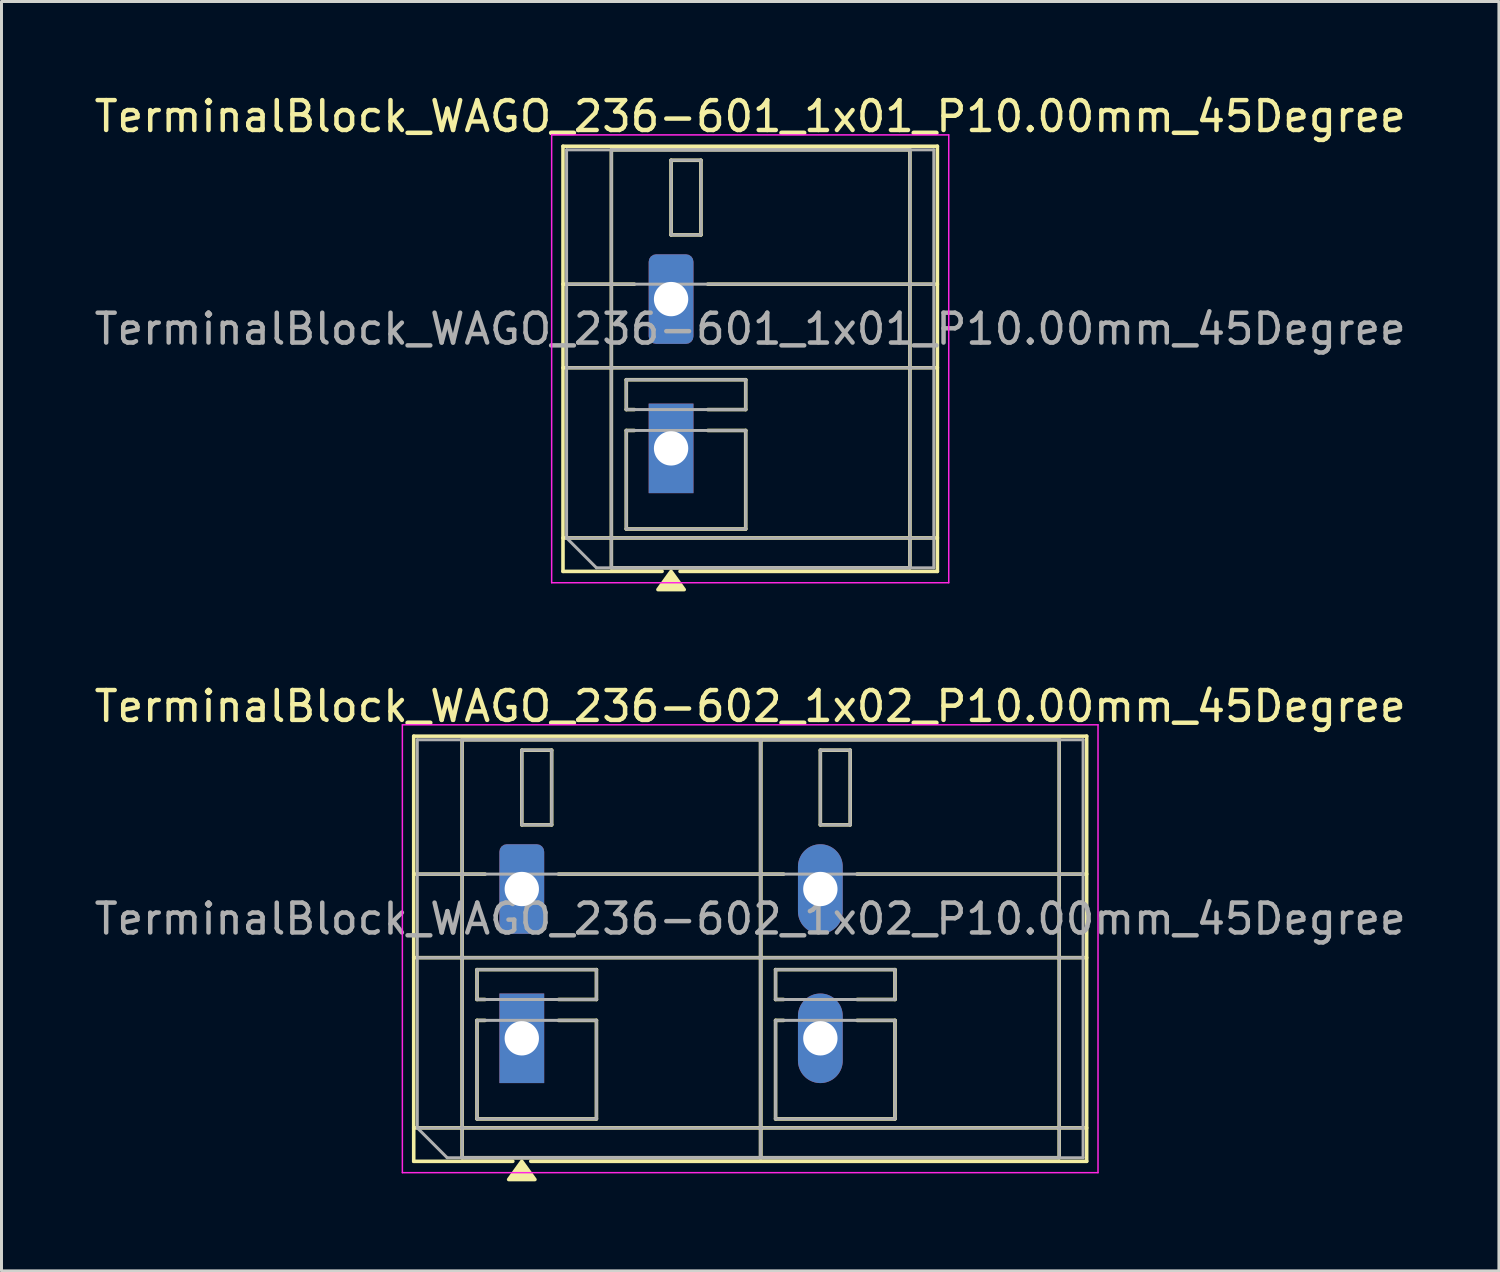
<source format=kicad_pcb>
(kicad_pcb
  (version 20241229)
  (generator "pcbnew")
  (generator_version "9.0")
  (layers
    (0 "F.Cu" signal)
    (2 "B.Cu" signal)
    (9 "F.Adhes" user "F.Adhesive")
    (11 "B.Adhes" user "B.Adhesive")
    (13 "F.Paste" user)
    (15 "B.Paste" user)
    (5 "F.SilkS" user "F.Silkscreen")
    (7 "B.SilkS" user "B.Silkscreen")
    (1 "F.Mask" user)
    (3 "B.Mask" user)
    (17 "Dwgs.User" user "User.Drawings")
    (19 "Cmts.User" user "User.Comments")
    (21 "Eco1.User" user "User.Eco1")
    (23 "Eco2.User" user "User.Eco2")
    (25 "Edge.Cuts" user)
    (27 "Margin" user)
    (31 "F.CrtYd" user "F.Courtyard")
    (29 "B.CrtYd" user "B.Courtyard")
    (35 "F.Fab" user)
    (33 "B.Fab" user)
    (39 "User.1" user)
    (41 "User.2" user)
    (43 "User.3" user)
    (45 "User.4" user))
  (footprint "TerminalBlock_WAGO_236-601_1x01_P10.00mm_45Degree"
    (layer "F.Cu")
    (at 19.427 6.968)
    (property "Reference" "TerminalBlock_WAGO_236-601_1x01_P10.00mm_45Degree" (at 2.65 -6.12 0) (layer "F.SilkS") (effects (font (size 1 1) (thickness 0.15))))
    (attr through_hole)
    (fp_line (start -3.62 -5.12) (end 8.92 -5.12) (stroke (width 0.12) (type solid)) (layer "F.SilkS"))
    (fp_line (start -3.62 -0.5) (end -1.23 -0.5) (stroke (width 0.12) (type solid)) (layer "F.SilkS"))
    (fp_line (start -3.62 2.3) (end 8.92 2.3) (stroke (width 0.12) (type solid)) (layer "F.SilkS"))
    (fp_line (start -3.62 8) (end 8.92 8) (stroke (width 0.12) (type solid)) (layer "F.SilkS"))
    (fp_line (start -3.62 9.12) (end -3.62 -5.12) (stroke (width 0.12) (type solid)) (layer "F.SilkS"))
    (fp_line (start -2 -5) (end 8 -5) (stroke (width 0.12) (type solid)) (layer "F.SilkS"))
    (fp_line (start -2 9) (end -2 -5) (stroke (width 0.12) (type solid)) (layer "F.SilkS"))
    (fp_line (start -1.5 2.7) (end 2.5 2.7) (stroke (width 0.12) (type solid)) (layer "F.SilkS"))
    (fp_line (start -1.5 3.7) (end -1.5 2.7) (stroke (width 0.12) (type solid)) (layer "F.SilkS"))
    (fp_line (start -1.5 4.4) (end -1.23 4.4) (stroke (width 0.12) (type solid)) (layer "F.SilkS"))
    (fp_line (start -1.5 7.7) (end -1.5 4.4) (stroke (width 0.12) (type solid)) (layer "F.SilkS"))
    (fp_line (start -1.23 3.7) (end -1.5 3.7) (stroke (width 0.12) (type solid)) (layer "F.SilkS"))
    (fp_line (start -0.3 9.12) (end -3.62 9.12) (stroke (width 0.12) (type solid)) (layer "F.SilkS"))
    (fp_line (start 0 -4.65) (end 1 -4.65) (stroke (width 0.12) (type solid)) (layer "F.SilkS"))
    (fp_line (start 0 -2.15) (end 0 -4.65) (stroke (width 0.12) (type solid)) (layer "F.SilkS"))
    (fp_line (start 1 -4.65) (end 1 -2.15) (stroke (width 0.12) (type solid)) (layer "F.SilkS"))
    (fp_line (start 1 -2.15) (end 0 -2.15) (stroke (width 0.12) (type solid)) (layer "F.SilkS"))
    (fp_line (start 1.23 -0.5) (end 8.92 -0.5) (stroke (width 0.12) (type solid)) (layer "F.SilkS"))
    (fp_line (start 1.23 4.4) (end 2.5 4.4) (stroke (width 0.12) (type solid)) (layer "F.SilkS"))
    (fp_line (start 2.5 2.7) (end 2.5 3.7) (stroke (width 0.12) (type solid)) (layer "F.SilkS"))
    (fp_line (start 2.5 3.7) (end 1.23 3.7) (stroke (width 0.12) (type solid)) (layer "F.SilkS"))
    (fp_line (start 2.5 4.4) (end 2.5 7.7) (stroke (width 0.12) (type solid)) (layer "F.SilkS"))
    (fp_line (start 2.5 7.7) (end -1.5 7.7) (stroke (width 0.12) (type solid)) (layer "F.SilkS"))
    (fp_line (start 8 -5) (end 8 9) (stroke (width 0.12) (type solid)) (layer "F.SilkS"))
    (fp_line (start 8 9) (end -2 9) (stroke (width 0.12) (type solid)) (layer "F.SilkS"))
    (fp_line (start 8.92 -5.12) (end 8.92 9.12) (stroke (width 0.12) (type solid)) (layer "F.SilkS"))
    (fp_line (start 8.92 9.12) (end 0.3 9.12) (stroke (width 0.12) (type solid)) (layer "F.SilkS"))
    (fp_poly (pts (xy 0 9.12) (xy 0.44 9.73) (xy -0.44 9.73)) (stroke (width 0.12) (type solid)) (fill yes) (layer "F.SilkS"))
    (fp_line (start -4 -5.5) (end -4 9.5) (stroke (width 0.05) (type solid)) (layer "F.CrtYd"))
    (fp_line (start -4 9.5) (end 9.3 9.5) (stroke (width 0.05) (type solid)) (layer "F.CrtYd"))
    (fp_line (start 9.3 -5.5) (end -4 -5.5) (stroke (width 0.05) (type solid)) (layer "F.CrtYd"))
    (fp_line (start 9.3 9.5) (end 9.3 -5.5) (stroke (width 0.05) (type solid)) (layer "F.CrtYd"))
    (fp_line (start -3.5 -5) (end 8.8 -5) (stroke (width 0.1) (type solid)) (layer "F.Fab"))
    (fp_line (start -3.5 -0.5) (end 8.8 -0.5) (stroke (width 0.1) (type solid)) (layer "F.Fab"))
    (fp_line (start -3.5 2.3) (end 8.8 2.3) (stroke (width 0.1) (type solid)) (layer "F.Fab"))
    (fp_line (start -3.5 8) (end -3.5 -5) (stroke (width 0.1) (type solid)) (layer "F.Fab"))
    (fp_line (start -3.5 8) (end 8.8 8) (stroke (width 0.1) (type solid)) (layer "F.Fab"))
    (fp_line (start -2.5 9) (end -3.5 8) (stroke (width 0.1) (type solid)) (layer "F.Fab"))
    (fp_line (start -2 -5) (end -2 9) (stroke (width 0.1) (type solid)) (layer "F.Fab"))
    (fp_line (start -2 9) (end 8 9) (stroke (width 0.1) (type solid)) (layer "F.Fab"))
    (fp_line (start -1.5 2.7) (end -1.5 3.7) (stroke (width 0.1) (type solid)) (layer "F.Fab"))
    (fp_line (start -1.5 3.7) (end 2.5 3.7) (stroke (width 0.1) (type solid)) (layer "F.Fab"))
    (fp_line (start -1.5 4.4) (end -1.5 7.7) (stroke (width 0.1) (type solid)) (layer "F.Fab"))
    (fp_line (start -1.5 7.7) (end 2.5 7.7) (stroke (width 0.1) (type solid)) (layer "F.Fab"))
    (fp_line (start 0 -4.65) (end 0 -2.15) (stroke (width 0.1) (type solid)) (layer "F.Fab"))
    (fp_line (start 0 -2.15) (end 1 -2.15) (stroke (width 0.1) (type solid)) (layer "F.Fab"))
    (fp_line (start 1 -4.65) (end 0 -4.65) (stroke (width 0.1) (type solid)) (layer "F.Fab"))
    (fp_line (start 1 -2.15) (end 1 -4.65) (stroke (width 0.1) (type solid)) (layer "F.Fab"))
    (fp_line (start 2.5 2.7) (end -1.5 2.7) (stroke (width 0.1) (type solid)) (layer "F.Fab"))
    (fp_line (start 2.5 3.7) (end 2.5 2.7) (stroke (width 0.1) (type solid)) (layer "F.Fab"))
    (fp_line (start 2.5 4.4) (end -1.5 4.4) (stroke (width 0.1) (type solid)) (layer "F.Fab"))
    (fp_line (start 2.5 7.7) (end 2.5 4.4) (stroke (width 0.1) (type solid)) (layer "F.Fab"))
    (fp_line (start 8 -5) (end -2 -5) (stroke (width 0.1) (type solid)) (layer "F.Fab"))
    (fp_line (start 8 9) (end 8 -5) (stroke (width 0.1) (type solid)) (layer "F.Fab"))
    (fp_line (start 8.8 -5) (end 8.8 9) (stroke (width 0.1) (type solid)) (layer "F.Fab"))
    (fp_line (start 8.8 9) (end -2.5 9) (stroke (width 0.1) (type solid)) (layer "F.Fab"))
    (fp_text user "${REFERENCE}" (at 2.65 1 0) (layer "F.Fab") (effects (font (size 1 1) (thickness 0.15))))
    (pad "1" thru_hole roundrect (at 0 0) (size 1.5 3) (drill 1.15) (layers "*.Cu" "*.Mask") (roundrect_rratio 0.167))
    (pad "1" thru_hole rect (at 0 5) (size 1.5 3) (drill 1.15) (layers "*.Cu" "*.Mask")))
  (footprint "TerminalBlock_WAGO_236-602_1x02_P10.00mm_45Degree"
    (layer "F.Cu")
    (at 14.427 26.727)
    (property "Reference" "TerminalBlock_WAGO_236-602_1x02_P10.00mm_45Degree" (at 7.65 -6.12 0) (layer "F.SilkS") (effects (font (size 1 1) (thickness 0.15))))
    (attr through_hole)
    (fp_line (start -3.62 -5.12) (end 18.92 -5.12) (stroke (width 0.12) (type solid)) (layer "F.SilkS"))
    (fp_line (start -3.62 -0.5) (end -1.23 -0.5) (stroke (width 0.12) (type solid)) (layer "F.SilkS"))
    (fp_line (start -3.62 2.3) (end 18.92 2.3) (stroke (width 0.12) (type solid)) (layer "F.SilkS"))
    (fp_line (start -3.62 8) (end 18.92 8) (stroke (width 0.12) (type solid)) (layer "F.SilkS"))
    (fp_line (start -3.62 9.12) (end -3.62 -5.12) (stroke (width 0.12) (type solid)) (layer "F.SilkS"))
    (fp_line (start -2 -5) (end 8 -5) (stroke (width 0.12) (type solid)) (layer "F.SilkS"))
    (fp_line (start -2 9) (end -2 -5) (stroke (width 0.12) (type solid)) (layer "F.SilkS"))
    (fp_line (start -1.5 2.7) (end 2.5 2.7) (stroke (width 0.12) (type solid)) (layer "F.SilkS"))
    (fp_line (start -1.5 3.7) (end -1.5 2.7) (stroke (width 0.12) (type solid)) (layer "F.SilkS"))
    (fp_line (start -1.5 4.4) (end -1.23 4.4) (stroke (width 0.12) (type solid)) (layer "F.SilkS"))
    (fp_line (start -1.5 7.7) (end -1.5 4.4) (stroke (width 0.12) (type solid)) (layer "F.SilkS"))
    (fp_line (start -1.23 3.7) (end -1.5 3.7) (stroke (width 0.12) (type solid)) (layer "F.SilkS"))
    (fp_line (start -0.3 9.12) (end -3.62 9.12) (stroke (width 0.12) (type solid)) (layer "F.SilkS"))
    (fp_line (start 0 -4.65) (end 1 -4.65) (stroke (width 0.12) (type solid)) (layer "F.SilkS"))
    (fp_line (start 0 -2.15) (end 0 -4.65) (stroke (width 0.12) (type solid)) (layer "F.SilkS"))
    (fp_line (start 1 -4.65) (end 1 -2.15) (stroke (width 0.12) (type solid)) (layer "F.SilkS"))
    (fp_line (start 1 -2.15) (end 0 -2.15) (stroke (width 0.12) (type solid)) (layer "F.SilkS"))
    (fp_line (start 1.23 -0.5) (end 8.77 -0.5) (stroke (width 0.12) (type solid)) (layer "F.SilkS"))
    (fp_line (start 1.23 4.4) (end 2.5 4.4) (stroke (width 0.12) (type solid)) (layer "F.SilkS"))
    (fp_line (start 2.5 2.7) (end 2.5 3.7) (stroke (width 0.12) (type solid)) (layer "F.SilkS"))
    (fp_line (start 2.5 3.7) (end 1.23 3.7) (stroke (width 0.12) (type solid)) (layer "F.SilkS"))
    (fp_line (start 2.5 4.4) (end 2.5 7.7) (stroke (width 0.12) (type solid)) (layer "F.SilkS"))
    (fp_line (start 2.5 7.7) (end -1.5 7.7) (stroke (width 0.12) (type solid)) (layer "F.SilkS"))
    (fp_line (start 8 -5) (end 8 9) (stroke (width 0.12) (type solid)) (layer "F.SilkS"))
    (fp_line (start 8 -5) (end 18 -5) (stroke (width 0.12) (type solid)) (layer "F.SilkS"))
    (fp_line (start 8 9) (end -2 9) (stroke (width 0.12) (type solid)) (layer "F.SilkS"))
    (fp_line (start 8 9) (end 8 -5) (stroke (width 0.12) (type solid)) (layer "F.SilkS"))
    (fp_line (start 8.5 2.7) (end 12.5 2.7) (stroke (width 0.12) (type solid)) (layer "F.SilkS"))
    (fp_line (start 8.5 3.7) (end 8.5 2.7) (stroke (width 0.12) (type solid)) (layer "F.SilkS"))
    (fp_line (start 8.5 4.4) (end 8.77 4.4) (stroke (width 0.12) (type solid)) (layer "F.SilkS"))
    (fp_line (start 8.5 7.7) (end 8.5 4.4) (stroke (width 0.12) (type solid)) (layer "F.SilkS"))
    (fp_line (start 8.77 3.7) (end 8.5 3.7) (stroke (width 0.12) (type solid)) (layer "F.SilkS"))
    (fp_line (start 10 -4.65) (end 11 -4.65) (stroke (width 0.12) (type solid)) (layer "F.SilkS"))
    (fp_line (start 10 -2.15) (end 10 -4.65) (stroke (width 0.12) (type solid)) (layer "F.SilkS"))
    (fp_line (start 11 -4.65) (end 11 -2.15) (stroke (width 0.12) (type solid)) (layer "F.SilkS"))
    (fp_line (start 11 -2.15) (end 10 -2.15) (stroke (width 0.12) (type solid)) (layer "F.SilkS"))
    (fp_line (start 11.23 -0.5) (end 18.92 -0.5) (stroke (width 0.12) (type solid)) (layer "F.SilkS"))
    (fp_line (start 11.23 4.4) (end 12.5 4.4) (stroke (width 0.12) (type solid)) (layer "F.SilkS"))
    (fp_line (start 12.5 2.7) (end 12.5 3.7) (stroke (width 0.12) (type solid)) (layer "F.SilkS"))
    (fp_line (start 12.5 3.7) (end 11.23 3.7) (stroke (width 0.12) (type solid)) (layer "F.SilkS"))
    (fp_line (start 12.5 4.4) (end 12.5 7.7) (stroke (width 0.12) (type solid)) (layer "F.SilkS"))
    (fp_line (start 12.5 7.7) (end 8.5 7.7) (stroke (width 0.12) (type solid)) (layer "F.SilkS"))
    (fp_line (start 18 -5) (end 18 9) (stroke (width 0.12) (type solid)) (layer "F.SilkS"))
    (fp_line (start 18 9) (end 8 9) (stroke (width 0.12) (type solid)) (layer "F.SilkS"))
    (fp_line (start 18.92 -5.12) (end 18.92 9.12) (stroke (width 0.12) (type solid)) (layer "F.SilkS"))
    (fp_line (start 18.92 9.12) (end 0.3 9.12) (stroke (width 0.12) (type solid)) (layer "F.SilkS"))
    (fp_poly (pts (xy 0 9.12) (xy 0.44 9.73) (xy -0.44 9.73)) (stroke (width 0.12) (type solid)) (fill yes) (layer "F.SilkS"))
    (fp_line (start -4 -5.5) (end -4 9.5) (stroke (width 0.05) (type solid)) (layer "F.CrtYd"))
    (fp_line (start -4 9.5) (end 19.3 9.5) (stroke (width 0.05) (type solid)) (layer "F.CrtYd"))
    (fp_line (start 19.3 -5.5) (end -4 -5.5) (stroke (width 0.05) (type solid)) (layer "F.CrtYd"))
    (fp_line (start 19.3 9.5) (end 19.3 -5.5) (stroke (width 0.05) (type solid)) (layer "F.CrtYd"))
    (fp_line (start -3.5 -5) (end 18.8 -5) (stroke (width 0.1) (type solid)) (layer "F.Fab"))
    (fp_line (start -3.5 -0.5) (end 18.8 -0.5) (stroke (width 0.1) (type solid)) (layer "F.Fab"))
    (fp_line (start -3.5 2.3) (end 18.8 2.3) (stroke (width 0.1) (type solid)) (layer "F.Fab"))
    (fp_line (start -3.5 8) (end -3.5 -5) (stroke (width 0.1) (type solid)) (layer "F.Fab"))
    (fp_line (start -3.5 8) (end 18.8 8) (stroke (width 0.1) (type solid)) (layer "F.Fab"))
    (fp_line (start -2.5 9) (end -3.5 8) (stroke (width 0.1) (type solid)) (layer "F.Fab"))
    (fp_line (start -2 -5) (end -2 9) (stroke (width 0.1) (type solid)) (layer "F.Fab"))
    (fp_line (start -2 9) (end 8 9) (stroke (width 0.1) (type solid)) (layer "F.Fab"))
    (fp_line (start -1.5 2.7) (end -1.5 3.7) (stroke (width 0.1) (type solid)) (layer "F.Fab"))
    (fp_line (start -1.5 3.7) (end 2.5 3.7) (stroke (width 0.1) (type solid)) (layer "F.Fab"))
    (fp_line (start -1.5 4.4) (end -1.5 7.7) (stroke (width 0.1) (type solid)) (layer "F.Fab"))
    (fp_line (start -1.5 7.7) (end 2.5 7.7) (stroke (width 0.1) (type solid)) (layer "F.Fab"))
    (fp_line (start 0 -4.65) (end 0 -2.15) (stroke (width 0.1) (type solid)) (layer "F.Fab"))
    (fp_line (start 0 -2.15) (end 1 -2.15) (stroke (width 0.1) (type solid)) (layer "F.Fab"))
    (fp_line (start 1 -4.65) (end 0 -4.65) (stroke (width 0.1) (type solid)) (layer "F.Fab"))
    (fp_line (start 1 -2.15) (end 1 -4.65) (stroke (width 0.1) (type solid)) (layer "F.Fab"))
    (fp_line (start 2.5 2.7) (end -1.5 2.7) (stroke (width 0.1) (type solid)) (layer "F.Fab"))
    (fp_line (start 2.5 3.7) (end 2.5 2.7) (stroke (width 0.1) (type solid)) (layer "F.Fab"))
    (fp_line (start 2.5 4.4) (end -1.5 4.4) (stroke (width 0.1) (type solid)) (layer "F.Fab"))
    (fp_line (start 2.5 7.7) (end 2.5 4.4) (stroke (width 0.1) (type solid)) (layer "F.Fab"))
    (fp_line (start 8 -5) (end -2 -5) (stroke (width 0.1) (type solid)) (layer "F.Fab"))
    (fp_line (start 8 -5) (end 8 9) (stroke (width 0.1) (type solid)) (layer "F.Fab"))
    (fp_line (start 8 9) (end 8 -5) (stroke (width 0.1) (type solid)) (layer "F.Fab"))
    (fp_line (start 8 9) (end 18 9) (stroke (width 0.1) (type solid)) (layer "F.Fab"))
    (fp_line (start 8.5 2.7) (end 8.5 3.7) (stroke (width 0.1) (type solid)) (layer "F.Fab"))
    (fp_line (start 8.5 3.7) (end 12.5 3.7) (stroke (width 0.1) (type solid)) (layer "F.Fab"))
    (fp_line (start 8.5 4.4) (end 8.5 7.7) (stroke (width 0.1) (type solid)) (layer "F.Fab"))
    (fp_line (start 8.5 7.7) (end 12.5 7.7) (stroke (width 0.1) (type solid)) (layer "F.Fab"))
    (fp_line (start 10 -4.65) (end 10 -2.15) (stroke (width 0.1) (type solid)) (layer "F.Fab"))
    (fp_line (start 10 -2.15) (end 11 -2.15) (stroke (width 0.1) (type solid)) (layer "F.Fab"))
    (fp_line (start 11 -4.65) (end 10 -4.65) (stroke (width 0.1) (type solid)) (layer "F.Fab"))
    (fp_line (start 11 -2.15) (end 11 -4.65) (stroke (width 0.1) (type solid)) (layer "F.Fab"))
    (fp_line (start 12.5 2.7) (end 8.5 2.7) (stroke (width 0.1) (type solid)) (layer "F.Fab"))
    (fp_line (start 12.5 3.7) (end 12.5 2.7) (stroke (width 0.1) (type solid)) (layer "F.Fab"))
    (fp_line (start 12.5 4.4) (end 8.5 4.4) (stroke (width 0.1) (type solid)) (layer "F.Fab"))
    (fp_line (start 12.5 7.7) (end 12.5 4.4) (stroke (width 0.1) (type solid)) (layer "F.Fab"))
    (fp_line (start 18 -5) (end 8 -5) (stroke (width 0.1) (type solid)) (layer "F.Fab"))
    (fp_line (start 18 9) (end 18 -5) (stroke (width 0.1) (type solid)) (layer "F.Fab"))
    (fp_line (start 18.8 -5) (end 18.8 9) (stroke (width 0.1) (type solid)) (layer "F.Fab"))
    (fp_line (start 18.8 9) (end -2.5 9) (stroke (width 0.1) (type solid)) (layer "F.Fab"))
    (fp_text user "${REFERENCE}" (at 7.65 1 0) (layer "F.Fab") (effects (font (size 1 1) (thickness 0.15))))
    (pad "1" thru_hole roundrect (at 0 0) (size 1.5 3) (drill 1.15) (layers "*.Cu" "*.Mask") (roundrect_rratio 0.167))
    (pad "1" thru_hole rect (at 0 5) (size 1.5 3) (drill 1.15) (layers "*.Cu" "*.Mask"))
    (pad "2" thru_hole oval (at 10 0) (size 1.5 3) (drill 1.15) (layers "*.Cu" "*.Mask"))
    (pad "2" thru_hole oval (at 10 5) (size 1.5 3) (drill 1.15) (layers "*.Cu" "*.Mask")))
  (gr_rect
    (start -3 -3)
    (end 47.155 39.517)
    (stroke (width 0.1) (type default))
    (fill no)
    (layer "Edge.Cuts")))
</source>
